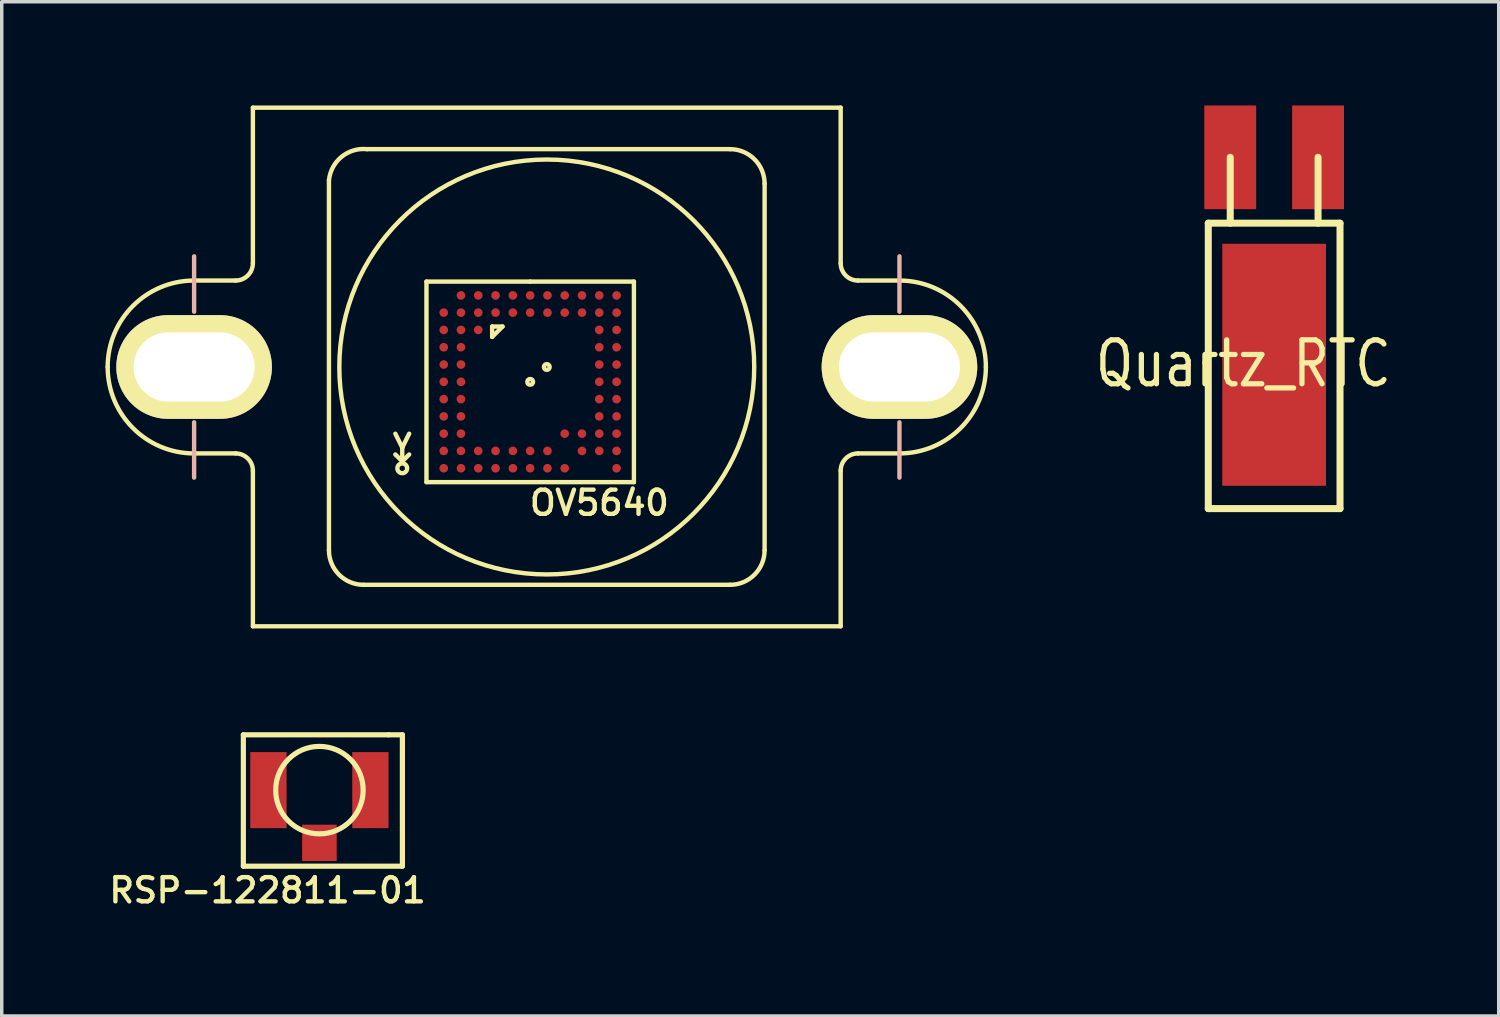
<source format=kicad_pcb>
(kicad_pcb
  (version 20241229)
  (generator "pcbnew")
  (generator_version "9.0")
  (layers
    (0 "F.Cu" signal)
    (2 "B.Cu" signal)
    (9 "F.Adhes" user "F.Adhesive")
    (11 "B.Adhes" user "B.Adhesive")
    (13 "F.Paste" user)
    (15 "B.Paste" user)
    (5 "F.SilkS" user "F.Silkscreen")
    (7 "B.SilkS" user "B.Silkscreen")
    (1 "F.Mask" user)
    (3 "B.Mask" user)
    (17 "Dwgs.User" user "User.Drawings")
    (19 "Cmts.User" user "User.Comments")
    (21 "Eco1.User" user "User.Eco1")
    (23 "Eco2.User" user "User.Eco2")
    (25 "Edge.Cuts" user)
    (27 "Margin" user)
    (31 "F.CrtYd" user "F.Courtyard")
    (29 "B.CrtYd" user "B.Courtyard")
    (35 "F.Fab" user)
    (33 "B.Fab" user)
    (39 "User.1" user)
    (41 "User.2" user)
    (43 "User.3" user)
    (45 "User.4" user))
  (footprint "Quartz_RTC"
    (layer "F.Cu")
    (at 33.801 1.5)
    (property "Reference" "Quartz_RTC" (at -0.889 5.969 0) (layer "F.SilkS") (effects (font (size 1.27 1.016) (thickness 0.152))))
    (attr through_hole)
    (fp_line (start -1.905 1.905) (end 1.905 1.905) (stroke (width 0.203) (type solid)) (layer "F.SilkS"))
    (fp_line (start -1.905 10.16) (end -1.905 1.905) (stroke (width 0.203) (type solid)) (layer "F.SilkS"))
    (fp_line (start -1.27 0) (end -1.27 1.905) (stroke (width 0.203) (type solid)) (layer "F.SilkS"))
    (fp_line (start 1.27 0) (end 1.27 1.905) (stroke (width 0.203) (type solid)) (layer "F.SilkS"))
    (fp_line (start 1.905 1.905) (end 1.905 10.16) (stroke (width 0.203) (type solid)) (layer "F.SilkS"))
    (fp_line (start 1.905 10.16) (end -1.905 10.16) (stroke (width 0.203) (type solid)) (layer "F.SilkS"))
    (pad "1" smd rect (at -1.27 0) (size 1.5 3) (layers "F.Cu" "F.Mask" "F.Paste"))
    (pad "2" smd rect (at 1.27 0) (size 1.5 3) (layers "F.Cu" "F.Mask" "F.Paste"))
    (pad "3" smd rect (at 0 6) (size 3 7) (layers "F.Cu" "F.Mask" "F.Paste")))
  (footprint "RSP-122811-01"
    (layer "F.Cu")
    (at 6.188 20.002)
    (property "Reference" "RSP-122811-01" (at -1.5 2.7 0) (layer "F.SilkS") (effects (font (size 0.7 0.7) (thickness 0.127))))
    (attr smd)
    (fp_line (start -2.2 -1.8) (end -2.2 2) (stroke (width 0.15) (type solid)) (layer "F.SilkS"))
    (fp_line (start -2.2 2) (end 2.4 2) (stroke (width 0.15) (type solid)) (layer "F.SilkS"))
    (fp_line (start 2 -1.8) (end -2.2 -1.8) (stroke (width 0.15) (type solid)) (layer "F.SilkS"))
    (fp_line (start 2.4 -1.8) (end 2 -1.8) (stroke (width 0.15) (type solid)) (layer "F.SilkS"))
    (fp_line (start 2.4 2) (end 2.4 -1.8) (stroke (width 0.15) (type solid)) (layer "F.SilkS"))
    (fp_circle (center 0 -0.2) (end -0.4 1) (stroke (width 0.15) (type solid)) (fill no) (layer "F.SilkS"))
    (pad "1" smd rect (at -1.475 -0.2) (size 1.05 2.2) (layers "F.Cu" "F.Mask" "F.Paste"))
    (pad "2" smd rect (at 1.475 -0.2) (size 1.05 2.2) (layers "F.Cu" "F.Mask" "F.Paste"))
    (pad "3" smd rect (at 0 1.325) (size 1 1.05) (layers "F.Cu" "F.Mask" "F.Paste")))
  (footprint "OV5640"
    (layer "F.Cu")
    (at 12.764 7.564)
    (property "Reference" "OV5640" (at 1.52 3.93 180) (layer "F.SilkS") (effects (font (size 0.7 0.7) (thickness 0.127))))
    (attr smd)
    (fp_line (start -10.2 -2.5) (end -9 -2.5) (stroke (width 0.127) (type solid)) (layer "F.SilkS"))
    (fp_line (start -10.2 2.5) (end -9 2.5) (stroke (width 0.127) (type solid)) (layer "F.SilkS"))
    (fp_line (start -8.5 -3) (end -8.5 -7.5) (stroke (width 0.127) (type solid)) (layer "F.SilkS"))
    (fp_line (start -8.5 3) (end -8.5 7.5) (stroke (width 0.127) (type solid)) (layer "F.SilkS"))
    (fp_line (start -8.5 7.5) (end 8.5 7.5) (stroke (width 0.127) (type solid)) (layer "F.SilkS"))
    (fp_line (start -6.3 -5.4) (end -6.3 5.3) (stroke (width 0.127) (type solid)) (layer "F.SilkS"))
    (fp_line (start -5.3 6.3) (end 5.3 6.3) (stroke (width 0.127) (type solid)) (layer "F.SilkS"))
    (fp_line (start -4.18 2.33) (end -4.38 1.93) (stroke (width 0.127) (type solid)) (layer "F.SilkS"))
    (fp_line (start -4.18 2.33) (end -4.18 2.73) (stroke (width 0.127) (type solid)) (layer "F.SilkS"))
    (fp_line (start -4.18 2.73) (end -4.38 2.53) (stroke (width 0.127) (type solid)) (layer "F.SilkS"))
    (fp_line (start -4.18 2.73) (end -3.98 2.53) (stroke (width 0.127) (type solid)) (layer "F.SilkS"))
    (fp_line (start -3.98 1.93) (end -4.18 2.33) (stroke (width 0.127) (type solid)) (layer "F.SilkS"))
    (fp_line (start -3.48 -2.47) (end -0.48 -2.47) (stroke (width 0.127) (type solid)) (layer "F.SilkS"))
    (fp_line (start -3.48 3.33) (end -3.48 -2.47) (stroke (width 0.127) (type solid)) (layer "F.SilkS"))
    (fp_line (start -1.58 -1.17) (end -1.58 -0.87) (stroke (width 0.127) (type solid)) (layer "F.SilkS"))
    (fp_line (start -1.58 -0.87) (end -1.28 -1.17) (stroke (width 0.127) (type solid)) (layer "F.SilkS"))
    (fp_line (start -1.28 -1.17) (end -1.58 -1.17) (stroke (width 0.127) (type solid)) (layer "F.SilkS"))
    (fp_line (start -0.48 -2.47) (end 2.52 -2.47) (stroke (width 0.127) (type solid)) (layer "F.SilkS"))
    (fp_line (start 2.52 -2.47) (end 2.52 3.33) (stroke (width 0.127) (type solid)) (layer "F.SilkS"))
    (fp_line (start 2.52 3.33) (end -3.48 3.33) (stroke (width 0.127) (type solid)) (layer "F.SilkS"))
    (fp_line (start 5.3 -6.3) (end -5.2 -6.3) (stroke (width 0.127) (type solid)) (layer "F.SilkS"))
    (fp_line (start 6.3 5.3) (end 6.3 -5.3) (stroke (width 0.127) (type solid)) (layer "F.SilkS"))
    (fp_line (start 8.5 -7.5) (end -8.5 -7.5) (stroke (width 0.127) (type solid)) (layer "F.SilkS"))
    (fp_line (start 8.5 -3) (end 8.5 -7.5) (stroke (width 0.127) (type solid)) (layer "F.SilkS"))
    (fp_line (start 8.5 3) (end 8.5 7.5) (stroke (width 0.127) (type solid)) (layer "F.SilkS"))
    (fp_line (start 9 -2.5) (end 10.2 -2.5) (stroke (width 0.127) (type solid)) (layer "F.SilkS"))
    (fp_line (start 9 2.5) (end 10.2 2.5) (stroke (width 0.127) (type solid)) (layer "F.SilkS"))
    (fp_arc (start -12.7 0) (mid -11.967767 -1.767767) (end -10.2 -2.5) (stroke (width 0.127) (type solid)) (layer "F.SilkS"))
    (fp_arc (start -10.2 2.5) (mid -11.967767 1.767767) (end -12.7 0) (stroke (width 0.127) (type solid)) (layer "F.SilkS"))
    (fp_arc (start -9 2.5) (mid -8.646447 2.646447) (end -8.5 3) (stroke (width 0.127) (type solid)) (layer "F.SilkS"))
    (fp_arc (start -8.5 -3) (mid -8.646447 -2.646447) (end -9 -2.5) (stroke (width 0.127) (type solid)) (layer "F.SilkS"))
    (fp_arc (start -6.3 -5.4) (mid -5.936396 -6.077817) (end -5.2 -6.3) (stroke (width 0.127) (type solid)) (layer "F.SilkS"))
    (fp_arc (start -5.3 6.3) (mid -6.007107 6.007107) (end -6.3 5.3) (stroke (width 0.127) (type solid)) (layer "F.SilkS"))
    (fp_arc (start 5.3 -6.3) (mid 6.007107 -6.007107) (end 6.3 -5.3) (stroke (width 0.127) (type solid)) (layer "F.SilkS"))
    (fp_arc (start 6.3 5.3) (mid 6.007107 6.007107) (end 5.3 6.3) (stroke (width 0.127) (type solid)) (layer "F.SilkS"))
    (fp_arc (start 8.5 3) (mid 8.646447 2.646447) (end 9 2.5) (stroke (width 0.127) (type solid)) (layer "F.SilkS"))
    (fp_arc (start 9 -2.5) (mid 8.646447 -2.646447) (end 8.5 -3) (stroke (width 0.127) (type solid)) (layer "F.SilkS"))
    (fp_arc (start 10.2 -2.5) (mid 11.967767 -1.767767) (end 12.7 0) (stroke (width 0.127) (type solid)) (layer "F.SilkS"))
    (fp_arc (start 12.7 0) (mid 11.967767 1.767767) (end 10.2 2.5) (stroke (width 0.127) (type solid)) (layer "F.SilkS"))
    (fp_circle (center -4.18 2.93) (end -4.28 2.83) (stroke (width 0.127) (type solid)) (fill no) (layer "F.SilkS"))
    (fp_circle (center -0.48 0.43) (end -0.48 0.41) (stroke (width 0.127) (type solid)) (fill no) (layer "F.SilkS"))
    (fp_circle (center 0 0) (end 0.02 0) (stroke (width 0.127) (type solid)) (fill no) (layer "F.SilkS"))
    (fp_circle (center 0 0) (end 6 0) (stroke (width 0.127) (type solid)) (fill no) (layer "F.SilkS"))
    (fp_line (start -10.2 -1.6) (end -10.2 -3.2) (stroke (width 0.127) (type solid)) (layer "B.SilkS"))
    (fp_line (start -10.2 1.6) (end -10.2 3.2) (stroke (width 0.127) (type solid)) (layer "B.SilkS"))
    (fp_line (start 10.2 -1.6) (end 10.2 -3.2) (stroke (width 0.127) (type solid)) (layer "B.SilkS"))
    (fp_line (start 10.2 1.6) (end 10.2 3.2) (stroke (width 0.127) (type solid)) (layer "B.SilkS"))
    (fp_line (start -1.78 -1.37) (end -1.78 1.33) (stroke (width 0.127) (type solid)) (layer "Eco2.User"))
    (fp_line (start -1.78 1.33) (end 1.82 1.33) (stroke (width 0.127) (type solid)) (layer "Eco2.User"))
    (fp_line (start 1.82 -1.37) (end -1.78 -1.37) (stroke (width 0.127) (type solid)) (layer "Eco2.User"))
    (fp_line (start 1.82 1.33) (end 1.82 -1.37) (stroke (width 0.127) (type solid)) (layer "Eco2.User"))
    (pad "" thru_hole oval (at -10.2 0) (size 4.5 3) (drill oval 3.5 2) (layers "*.Cu" "*.Mask" "F.SilkS"))
    (pad "" thru_hole oval (at 10.2 0) (size 4.5 3) (drill oval 3.5 2) (layers "*.Cu" "*.Mask" "F.SilkS"))
    (pad "A2" smd circle (at -2.482 -2.07 180) (size 0.249 0.249) (layers "F.Cu" "F.Mask" "F.Paste"))
    (pad "A3" smd circle (at -1.982 -2.07 180) (size 0.249 0.249) (layers "F.Cu" "F.Mask" "F.Paste"))
    (pad "A4" smd circle (at -1.481 -2.07 180) (size 0.249 0.249) (layers "F.Cu" "F.Mask" "F.Paste"))
    (pad "A5" smd circle (at -0.981 -2.07 180) (size 0.249 0.249) (layers "F.Cu" "F.Mask" "F.Paste"))
    (pad "A6" smd circle (at -0.481 -2.07 180) (size 0.249 0.249) (layers "F.Cu" "F.Mask" "F.Paste"))
    (pad "A7" smd circle (at 0.02 -2.07 180) (size 0.249 0.249) (layers "F.Cu" "F.Mask" "F.Paste"))
    (pad "A8" smd circle (at 0.518 -2.07 180) (size 0.249 0.249) (layers "F.Cu" "F.Mask" "F.Paste"))
    (pad "A9" smd circle (at 1.018 -2.07 180) (size 0.249 0.249) (layers "F.Cu" "F.Mask" "F.Paste"))
    (pad "A10" smd circle (at 1.518 -2.07 180) (size 0.249 0.249) (layers "F.Cu" "F.Mask" "F.Paste"))
    (pad "A11" smd circle (at 2.019 -2.07 180) (size 0.249 0.249) (layers "F.Cu" "F.Mask" "F.Paste"))
    (pad "B1" smd circle (at -2.98 -1.572 90) (size 0.249 0.249) (layers "F.Cu" "F.Mask" "F.Paste"))
    (pad "B2" smd circle (at -2.482 -1.572 180) (size 0.249 0.249) (layers "F.Cu" "F.Mask" "F.Paste"))
    (pad "B3" smd circle (at -1.982 -1.572 180) (size 0.249 0.249) (layers "F.Cu" "F.Mask" "F.Paste"))
    (pad "B4" smd circle (at -1.481 -1.572 180) (size 0.249 0.249) (layers "F.Cu" "F.Mask" "F.Paste"))
    (pad "B5" smd circle (at -0.981 -1.572 180) (size 0.249 0.249) (layers "F.Cu" "F.Mask" "F.Paste"))
    (pad "B6" smd circle (at -0.481 -1.572 180) (size 0.249 0.249) (layers "F.Cu" "F.Mask" "F.Paste"))
    (pad "B7" smd circle (at 0.02 -1.572 180) (size 0.249 0.249) (layers "F.Cu" "F.Mask" "F.Paste"))
    (pad "B8" smd circle (at 0.518 -1.572 180) (size 0.249 0.249) (layers "F.Cu" "F.Mask" "F.Paste"))
    (pad "B9" smd circle (at 1.018 -1.572 180) (size 0.249 0.249) (layers "F.Cu" "F.Mask" "F.Paste"))
    (pad "B10" smd circle (at 1.518 -1.572 180) (size 0.249 0.249) (layers "F.Cu" "F.Mask" "F.Paste"))
    (pad "B11" smd circle (at 2.019 -1.572 270) (size 0.249 0.249) (layers "F.Cu" "F.Mask" "F.Paste"))
    (pad "C1" smd circle (at -2.98 -1.072 90) (size 0.249 0.249) (layers "F.Cu" "F.Mask" "F.Paste"))
    (pad "C2" smd circle (at -2.482 -1.072 90) (size 0.249 0.249) (layers "F.Cu" "F.Mask" "F.Paste"))
    (pad "C3" smd circle (at -1.982 -1.072 180) (size 0.249 0.249) (layers "F.Cu" "F.Mask" "F.Paste"))
    (pad "C10" smd circle (at 1.518 -1.072 270) (size 0.249 0.249) (layers "F.Cu" "F.Mask" "F.Paste"))
    (pad "C11" smd circle (at 2.019 -1.072 270) (size 0.249 0.249) (layers "F.Cu" "F.Mask" "F.Paste"))
    (pad "D1" smd circle (at -2.98 -0.571 90) (size 0.249 0.249) (layers "F.Cu" "F.Mask" "F.Paste"))
    (pad "D2" smd circle (at -2.482 -0.571 90) (size 0.249 0.249) (layers "F.Cu" "F.Mask" "F.Paste"))
    (pad "D10" smd circle (at 1.518 -0.571 270) (size 0.249 0.249) (layers "F.Cu" "F.Mask" "F.Paste"))
    (pad "D11" smd circle (at 2.019 -0.571 270) (size 0.249 0.249) (layers "F.Cu" "F.Mask" "F.Paste"))
    (pad "E1" smd circle (at -2.98 -0.071 90) (size 0.249 0.249) (layers "F.Cu" "F.Mask" "F.Paste"))
    (pad "E2" smd circle (at -2.482 -0.071 90) (size 0.249 0.249) (layers "F.Cu" "F.Mask" "F.Paste"))
    (pad "E10" smd circle (at 1.518 -0.071 270) (size 0.249 0.249) (layers "F.Cu" "F.Mask" "F.Paste"))
    (pad "E11" smd circle (at 2.019 -0.071 270) (size 0.249 0.249) (layers "F.Cu" "F.Mask" "F.Paste"))
    (pad "F1" smd circle (at -2.98 0.429 90) (size 0.249 0.249) (layers "F.Cu" "F.Mask" "F.Paste"))
    (pad "F2" smd circle (at -2.482 0.429 90) (size 0.249 0.249) (layers "F.Cu" "F.Mask" "F.Paste"))
    (pad "F10" smd circle (at 1.518 0.429 270) (size 0.249 0.249) (layers "F.Cu" "F.Mask" "F.Paste"))
    (pad "F11" smd circle (at 2.019 0.429 270) (size 0.249 0.249) (layers "F.Cu" "F.Mask" "F.Paste"))
    (pad "G1" smd circle (at -2.98 0.93 90) (size 0.249 0.249) (layers "F.Cu" "F.Mask" "F.Paste"))
    (pad "G2" smd circle (at -2.482 0.93 90) (size 0.249 0.249) (layers "F.Cu" "F.Mask" "F.Paste"))
    (pad "G10" smd circle (at 1.518 0.93 270) (size 0.249 0.249) (layers "F.Cu" "F.Mask" "F.Paste"))
    (pad "G11" smd circle (at 2.019 0.93 270) (size 0.249 0.249) (layers "F.Cu" "F.Mask" "F.Paste"))
    (pad "H1" smd circle (at -2.98 1.428 90) (size 0.249 0.249) (layers "F.Cu" "F.Mask" "F.Paste"))
    (pad "H2" smd circle (at -2.482 1.428 90) (size 0.249 0.249) (layers "F.Cu" "F.Mask" "F.Paste"))
    (pad "H10" smd circle (at 1.518 1.428 270) (size 0.249 0.249) (layers "F.Cu" "F.Mask" "F.Paste"))
    (pad "H11" smd circle (at 2.019 1.428 270) (size 0.249 0.249) (layers "F.Cu" "F.Mask" "F.Paste"))
    (pad "J1" smd circle (at -2.98 1.928 90) (size 0.249 0.249) (layers "F.Cu" "F.Mask" "F.Paste"))
    (pad "J2" smd circle (at -2.482 1.928 90) (size 0.249 0.249) (layers "F.Cu" "F.Mask" "F.Paste"))
    (pad "J8" smd circle (at 0.518 1.928) (size 0.249 0.249) (layers "F.Cu" "F.Mask" "F.Paste"))
    (pad "J9" smd circle (at 1.018 1.928 180) (size 0.249 0.249) (layers "F.Cu" "F.Mask" "F.Paste"))
    (pad "J10" smd circle (at 1.518 1.928 270) (size 0.249 0.249) (layers "F.Cu" "F.Mask" "F.Paste"))
    (pad "J11" smd circle (at 2.019 1.928 270) (size 0.249 0.249) (layers "F.Cu" "F.Mask" "F.Paste"))
    (pad "K1" smd circle (at -2.98 2.428 90) (size 0.249 0.249) (layers "F.Cu" "F.Mask" "F.Paste"))
    (pad "K2" smd circle (at -2.482 2.428 90) (size 0.249 0.249) (layers "F.Cu" "F.Mask" "F.Paste"))
    (pad "K3" smd circle (at -1.982 2.428) (size 0.249 0.249) (layers "F.Cu" "F.Mask" "F.Paste"))
    (pad "K4" smd circle (at -1.481 2.428) (size 0.249 0.249) (layers "F.Cu" "F.Mask" "F.Paste"))
    (pad "K5" smd circle (at -0.981 2.428) (size 0.249 0.249) (layers "F.Cu" "F.Mask" "F.Paste"))
    (pad "K6" smd circle (at -0.481 2.428) (size 0.249 0.249) (layers "F.Cu" "F.Mask" "F.Paste"))
    (pad "K7" smd circle (at 0.02 2.428) (size 0.249 0.249) (layers "F.Cu" "F.Mask" "F.Paste"))
    (pad "K9" smd circle (at 1.018 2.428) (size 0.249 0.249) (layers "F.Cu" "F.Mask" "F.Paste"))
    (pad "K10" smd circle (at 1.518 2.428 180) (size 0.249 0.249) (layers "F.Cu" "F.Mask" "F.Paste"))
    (pad "K11" smd circle (at 2.019 2.428 270) (size 0.249 0.249) (layers "F.Cu" "F.Mask" "F.Paste"))
    (pad "L1" smd circle (at -2.98 2.929 90) (size 0.249 0.249) (layers "F.Cu" "F.Mask" "F.Paste"))
    (pad "L2" smd circle (at -2.482 2.929) (size 0.249 0.249) (layers "F.Cu" "F.Mask" "F.Paste"))
    (pad "L3" smd circle (at -1.982 2.929) (size 0.249 0.249) (layers "F.Cu" "F.Mask" "F.Paste"))
    (pad "L4" smd circle (at -1.481 2.929) (size 0.249 0.249) (layers "F.Cu" "F.Mask" "F.Paste"))
    (pad "L5" smd circle (at -0.981 2.929) (size 0.249 0.249) (layers "F.Cu" "F.Mask" "F.Paste"))
    (pad "L6" smd circle (at -0.481 2.929) (size 0.249 0.249) (layers "F.Cu" "F.Mask" "F.Paste"))
    (pad "L7" smd circle (at 0.02 2.929) (size 0.249 0.249) (layers "F.Cu" "F.Mask" "F.Paste"))
    (pad "L8" smd circle (at 0.518 2.929) (size 0.249 0.249) (layers "F.Cu" "F.Mask" "F.Paste"))
    (pad "L11" smd circle (at 2.019 2.929 180) (size 0.249 0.249) (layers "F.Cu" "F.Mask" "F.Paste")))
  (gr_rect
    (start -3 -3)
    (end 40.296 26.334)
    (stroke (width 0.1) (type default))
    (fill no)
    (layer "Edge.Cuts")))
</source>
